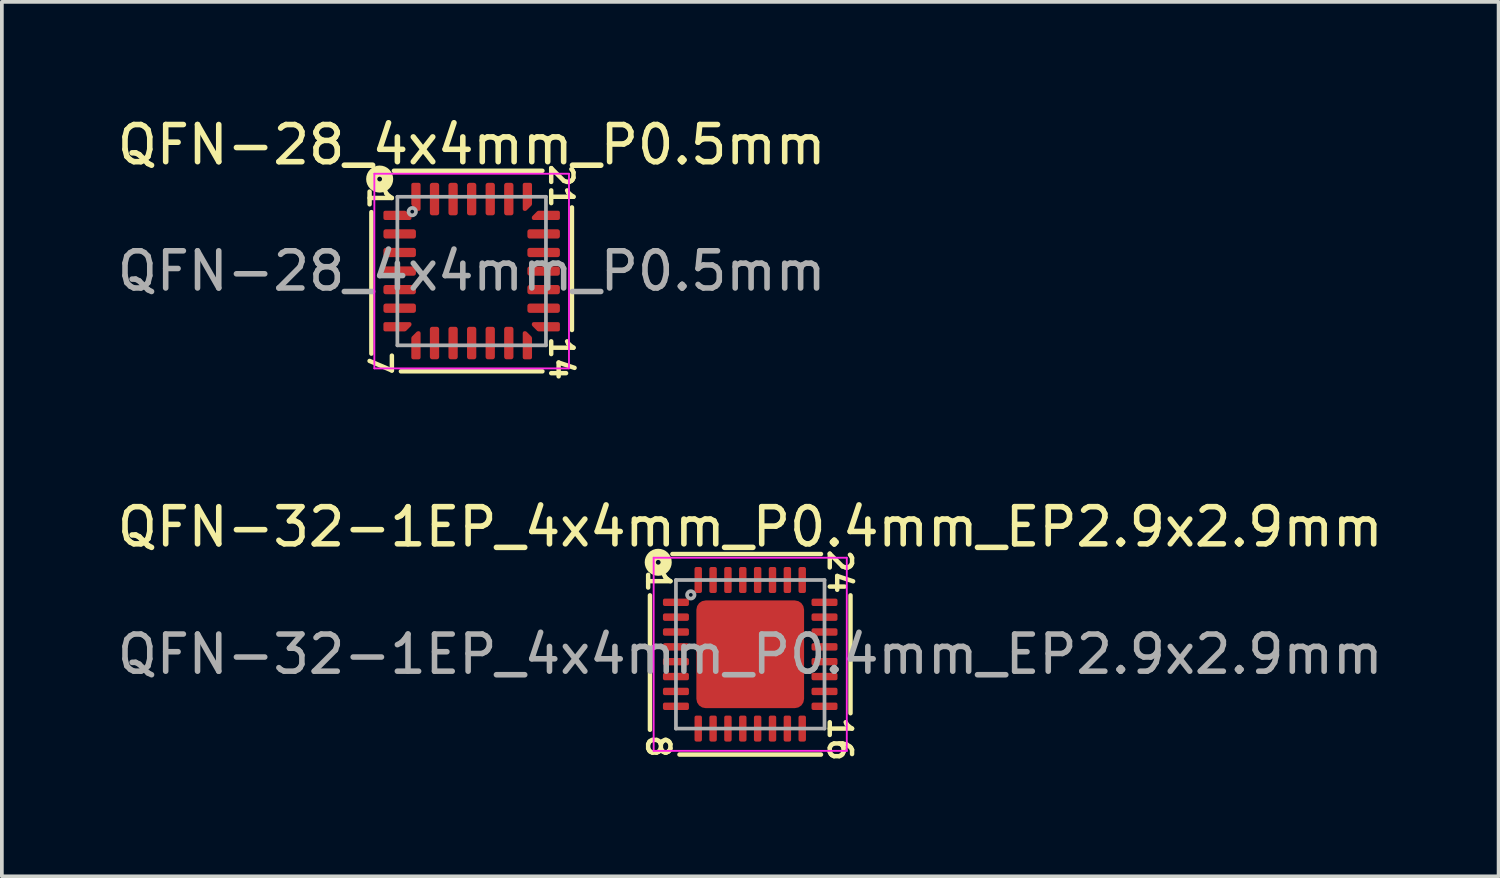
<source format=kicad_pcb>
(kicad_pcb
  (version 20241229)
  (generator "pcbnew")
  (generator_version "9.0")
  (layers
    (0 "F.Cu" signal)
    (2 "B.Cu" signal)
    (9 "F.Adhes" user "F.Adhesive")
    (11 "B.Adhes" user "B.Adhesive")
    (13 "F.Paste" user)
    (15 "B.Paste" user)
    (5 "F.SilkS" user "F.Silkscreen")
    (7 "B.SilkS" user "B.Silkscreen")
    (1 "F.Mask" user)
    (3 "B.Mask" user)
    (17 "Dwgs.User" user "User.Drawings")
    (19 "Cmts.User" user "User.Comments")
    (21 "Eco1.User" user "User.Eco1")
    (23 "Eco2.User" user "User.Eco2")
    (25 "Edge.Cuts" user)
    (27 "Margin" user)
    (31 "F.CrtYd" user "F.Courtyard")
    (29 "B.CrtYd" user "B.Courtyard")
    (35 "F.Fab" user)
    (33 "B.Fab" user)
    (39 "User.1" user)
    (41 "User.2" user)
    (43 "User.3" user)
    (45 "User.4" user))
  (footprint "QFN-28_4x4mm_P0.5mm"
    (layer "F.Cu")
    (at 9.649 4.248)
    (property "Reference" "QFN-28_4x4mm_P0.5mm" (at 0 -3.4 0) (layer "F.SilkS") (effects (font (size 1 1) (thickness 0.15))))
    (attr smd)
    (fp_line (start -2.7 -1.587) (end -2.7 2.223) (stroke (width 0.12) (type solid)) (layer "F.SilkS"))
    (fp_line (start -1.905 2.7) (end 1.905 2.7) (stroke (width 0.12) (type solid)) (layer "F.SilkS"))
    (fp_line (start 1.905 -2.7) (end -2.095 -2.7) (stroke (width 0.12) (type solid)) (layer "F.SilkS"))
    (fp_line (start 2.7 1.587) (end 2.7 -1.714) (stroke (width 0.12) (type solid)) (layer "F.SilkS"))
    (fp_circle (center -2.477 -2.477) (end -2.413 -2.477) (stroke (width 0.3) (type solid)) (fill no) (layer "F.SilkS"))
    (fp_line (start -2.62 -2.62) (end -2.62 2.62) (stroke (width 0.05) (type solid)) (layer "F.CrtYd"))
    (fp_line (start -2.62 2.62) (end 2.62 2.62) (stroke (width 0.05) (type solid)) (layer "F.CrtYd"))
    (fp_line (start 2.62 -2.62) (end -2.62 -2.62) (stroke (width 0.05) (type solid)) (layer "F.CrtYd"))
    (fp_line (start 2.62 2.62) (end 2.62 -2.62) (stroke (width 0.05) (type solid)) (layer "F.CrtYd"))
    (fp_line (start -2 -2) (end 2 -2) (stroke (width 0.1) (type solid)) (layer "F.Fab"))
    (fp_line (start -2 2) (end -2 -2) (stroke (width 0.1) (type solid)) (layer "F.Fab"))
    (fp_line (start 2 -2) (end 2 2) (stroke (width 0.1) (type solid)) (layer "F.Fab"))
    (fp_line (start 2 2) (end -2 2) (stroke (width 0.1) (type solid)) (layer "F.Fab"))
    (fp_circle (center -1.6 -1.6) (end -1.5 -1.6) (stroke (width 0.1) (type solid)) (fill no) (layer "F.Fab"))
    (fp_text user "7" (at -2.477 2.477 270) (unlocked yes) (layer "F.SilkS") (effects (font (size 0.6 0.6) (thickness 0.12))))
    (fp_text user "14" (at 2.413 2.349 270) (unlocked yes) (layer "F.SilkS") (effects (font (size 0.6 0.6) (thickness 0.12))))
    (fp_text user "1" (at -2.477 -1.968 270) (unlocked yes) (layer "F.SilkS") (effects (font (size 0.6 0.6) (thickness 0.12))))
    (fp_text user "21" (at 2.413 -2.286 270) (unlocked yes) (layer "F.SilkS") (effects (font (size 0.6 0.6) (thickness 0.12))))
    (fp_text user "${REFERENCE}" (at 0 0 0) (layer "F.Fab") (effects (font (size 1 1) (thickness 0.15))))
    (pad "1" smd custom (at -1.998 -1.5) (size 0.137 0.137) (layers "F.Cu" "F.Mask" "F.Paste") (options (anchor circle)) (primitives (gr_poly (pts (xy 0.333 0.054) (xy 0.333 0.08) (xy -0.333 0.08) (xy -0.333 -0.08) (xy 0.199 -0.08)) (width 0.09) (fill yes))))
    (pad "2" smd roundrect (at -1.938 -1) (size 0.875 0.25) (layers "F.Cu" "F.Mask" "F.Paste") (roundrect_rratio 0.25))
    (pad "3" smd roundrect (at -1.938 -0.5) (size 0.875 0.25) (layers "F.Cu" "F.Mask" "F.Paste") (roundrect_rratio 0.25))
    (pad "4" smd roundrect (at -1.938 0) (size 0.875 0.25) (layers "F.Cu" "F.Mask" "F.Paste") (roundrect_rratio 0.25))
    (pad "5" smd roundrect (at -1.938 0.5) (size 0.875 0.25) (layers "F.Cu" "F.Mask" "F.Paste") (roundrect_rratio 0.25))
    (pad "6" smd roundrect (at -1.938 1) (size 0.875 0.25) (layers "F.Cu" "F.Mask" "F.Paste") (roundrect_rratio 0.25))
    (pad "7" smd custom (at -1.998 1.5) (size 0.137 0.137) (layers "F.Cu" "F.Mask" "F.Paste") (options (anchor circle)) (primitives (gr_poly (pts (xy 0.333 -0.054) (xy 0.199 0.08) (xy -0.333 0.08) (xy -0.333 -0.08) (xy 0.333 -0.08)) (width 0.09) (fill yes))))
    (pad "8" smd custom (at -1.5 1.998) (size 0.137 0.137) (layers "F.Cu" "F.Mask" "F.Paste") (options (anchor circle)) (primitives (gr_poly (pts (xy 0.08 0.333) (xy -0.08 0.333) (xy -0.08 -0.199) (xy 0.054 -0.333) (xy 0.08 -0.333)) (width 0.09) (fill yes))))
    (pad "9" smd roundrect (at -1 1.938) (size 0.25 0.875) (layers "F.Cu" "F.Mask" "F.Paste") (roundrect_rratio 0.25))
    (pad "10" smd roundrect (at -0.5 1.938) (size 0.25 0.875) (layers "F.Cu" "F.Mask" "F.Paste") (roundrect_rratio 0.25))
    (pad "11" smd roundrect (at 0 1.938) (size 0.25 0.875) (layers "F.Cu" "F.Mask" "F.Paste") (roundrect_rratio 0.25))
    (pad "12" smd roundrect (at 0.5 1.938) (size 0.25 0.875) (layers "F.Cu" "F.Mask" "F.Paste") (roundrect_rratio 0.25))
    (pad "13" smd roundrect (at 1 1.938) (size 0.25 0.875) (layers "F.Cu" "F.Mask" "F.Paste") (roundrect_rratio 0.25))
    (pad "14" smd custom (at 1.5 1.998) (size 0.137 0.137) (layers "F.Cu" "F.Mask" "F.Paste") (options (anchor circle)) (primitives (gr_poly (pts (xy 0.08 -0.199) (xy 0.08 0.333) (xy -0.08 0.333) (xy -0.08 -0.333) (xy -0.054 -0.333)) (width 0.09) (fill yes))))
    (pad "15" smd custom (at 1.998 1.5) (size 0.137 0.137) (layers "F.Cu" "F.Mask" "F.Paste") (options (anchor circle)) (primitives (gr_poly (pts (xy 0.333 0.08) (xy -0.199 0.08) (xy -0.333 -0.054) (xy -0.333 -0.08) (xy 0.333 -0.08)) (width 0.09) (fill yes))))
    (pad "16" smd roundrect (at 1.938 1) (size 0.875 0.25) (layers "F.Cu" "F.Mask" "F.Paste") (roundrect_rratio 0.25))
    (pad "17" smd roundrect (at 1.938 0.5) (size 0.875 0.25) (layers "F.Cu" "F.Mask" "F.Paste") (roundrect_rratio 0.25))
    (pad "18" smd roundrect (at 1.938 0) (size 0.875 0.25) (layers "F.Cu" "F.Mask" "F.Paste") (roundrect_rratio 0.25))
    (pad "19" smd roundrect (at 1.938 -0.5) (size 0.875 0.25) (layers "F.Cu" "F.Mask" "F.Paste") (roundrect_rratio 0.25))
    (pad "20" smd roundrect (at 1.938 -1) (size 0.875 0.25) (layers "F.Cu" "F.Mask" "F.Paste") (roundrect_rratio 0.25))
    (pad "21" smd custom (at 1.998 -1.5) (size 0.137 0.137) (layers "F.Cu" "F.Mask" "F.Paste") (options (anchor circle)) (primitives (gr_poly (pts (xy 0.333 0.08) (xy -0.333 0.08) (xy -0.333 0.054) (xy -0.199 -0.08) (xy 0.333 -0.08)) (width 0.09) (fill yes))))
    (pad "22" smd custom (at 1.5 -1.998) (size 0.137 0.137) (layers "F.Cu" "F.Mask" "F.Paste") (options (anchor circle)) (primitives (gr_poly (pts (xy 0.08 0.199) (xy -0.054 0.333) (xy -0.08 0.333) (xy -0.08 -0.333) (xy 0.08 -0.333)) (width 0.09) (fill yes))))
    (pad "23" smd roundrect (at 1 -1.938) (size 0.25 0.875) (layers "F.Cu" "F.Mask" "F.Paste") (roundrect_rratio 0.25))
    (pad "24" smd roundrect (at 0.5 -1.938) (size 0.25 0.875) (layers "F.Cu" "F.Mask" "F.Paste") (roundrect_rratio 0.25))
    (pad "25" smd roundrect (at 0 -1.938) (size 0.25 0.875) (layers "F.Cu" "F.Mask" "F.Paste") (roundrect_rratio 0.25))
    (pad "26" smd roundrect (at -0.5 -1.938) (size 0.25 0.875) (layers "F.Cu" "F.Mask" "F.Paste") (roundrect_rratio 0.25))
    (pad "27" smd roundrect (at -1 -1.938) (size 0.25 0.875) (layers "F.Cu" "F.Mask" "F.Paste") (roundrect_rratio 0.25))
    (pad "28" smd custom (at -1.5 -1.998) (size 0.137 0.137) (layers "F.Cu" "F.Mask" "F.Paste") (options (anchor circle)) (primitives (gr_poly (pts (xy 0.08 0.333) (xy 0.054 0.333) (xy -0.08 0.199) (xy -0.08 -0.333) (xy 0.08 -0.333)) (width 0.09) (fill yes)))))
  (footprint "QFN-32-1EP_4x4mm_P0.4mm_EP2.9x2.9mm"
    (layer "F.Cu")
    (at 17.149 14.566)
    (property "Reference" "QFN-32-1EP_4x4mm_P0.4mm_EP2.9x2.9mm" (at 0 -3.429 0) (layer "F.SilkS") (effects (font (size 1 1) (thickness 0.15))))
    (attr smd)
    (fp_line (start -2.7 -1.587) (end -2.7 2.032) (stroke (width 0.12) (type solid)) (layer "F.SilkS"))
    (fp_line (start -1.905 2.7) (end 1.905 2.7) (stroke (width 0.12) (type solid)) (layer "F.SilkS"))
    (fp_line (start 1.905 -2.7) (end -2.095 -2.7) (stroke (width 0.12) (type solid)) (layer "F.SilkS"))
    (fp_line (start 2.7 1.587) (end 2.7 -1.587) (stroke (width 0.12) (type solid)) (layer "F.SilkS"))
    (fp_circle (center -2.477 -2.477) (end -2.413 -2.477) (stroke (width 0.3) (type solid)) (fill no) (layer "F.SilkS"))
    (fp_line (start -2.6 -2.6) (end -2.6 2.6) (stroke (width 0.05) (type solid)) (layer "F.CrtYd"))
    (fp_line (start -2.6 2.6) (end 2.6 2.6) (stroke (width 0.05) (type solid)) (layer "F.CrtYd"))
    (fp_line (start 2.6 -2.6) (end -2.6 -2.6) (stroke (width 0.05) (type solid)) (layer "F.CrtYd"))
    (fp_line (start 2.6 2.6) (end 2.6 -2.6) (stroke (width 0.05) (type solid)) (layer "F.CrtYd"))
    (fp_line (start -2 -2) (end 2 -2) (stroke (width 0.1) (type solid)) (layer "F.Fab"))
    (fp_line (start -2 2) (end -2 -2) (stroke (width 0.1) (type solid)) (layer "F.Fab"))
    (fp_line (start 2 -2) (end 2 2) (stroke (width 0.1) (type solid)) (layer "F.Fab"))
    (fp_line (start 2 2) (end -2 2) (stroke (width 0.1) (type solid)) (layer "F.Fab"))
    (fp_circle (center -1.6 -1.6) (end -1.5 -1.6) (stroke (width 0.1) (type solid)) (fill no) (layer "F.Fab"))
    (fp_text user "16" (at 2.413 2.286 270) (unlocked yes) (layer "F.SilkS") (effects (font (size 0.6 0.6) (thickness 0.12))))
    (fp_text user "24" (at 2.413 -2.223 270) (unlocked yes) (layer "F.SilkS") (effects (font (size 0.6 0.6) (thickness 0.12))))
    (fp_text user "8" (at -2.477 2.477 270) (unlocked yes) (layer "F.SilkS") (effects (font (size 0.6 0.6) (thickness 0.12))))
    (fp_text user "1" (at -2.477 -1.968 270) (unlocked yes) (layer "F.SilkS") (effects (font (size 0.6 0.6) (thickness 0.12))))
    (fp_text user "${REFERENCE}" (at 0 0 0) (layer "F.Fab") (effects (font (size 1 1) (thickness 0.15))))
    (pad "" smd roundrect (at -0.725 -0.725) (size 1.17 1.17) (layers "F.Paste") (roundrect_rratio 0.214))
    (pad "" smd roundrect (at -0.725 0.725) (size 1.17 1.17) (layers "F.Paste") (roundrect_rratio 0.214))
    (pad "" smd roundrect (at 0.725 -0.725) (size 1.17 1.17) (layers "F.Paste") (roundrect_rratio 0.214))
    (pad "" smd roundrect (at 0.725 0.725) (size 1.17 1.17) (layers "F.Paste") (roundrect_rratio 0.214))
    (pad "1" smd roundrect (at -2 -1.4) (size 0.7 0.2) (layers "F.Cu" "F.Mask" "F.Paste") (roundrect_rratio 0.25))
    (pad "2" smd roundrect (at -2 -1) (size 0.7 0.2) (layers "F.Cu" "F.Mask" "F.Paste") (roundrect_rratio 0.25))
    (pad "3" smd roundrect (at -2 -0.6) (size 0.7 0.2) (layers "F.Cu" "F.Mask" "F.Paste") (roundrect_rratio 0.25))
    (pad "4" smd roundrect (at -2 -0.2) (size 0.7 0.2) (layers "F.Cu" "F.Mask" "F.Paste") (roundrect_rratio 0.25))
    (pad "5" smd roundrect (at -2 0.2) (size 0.7 0.2) (layers "F.Cu" "F.Mask" "F.Paste") (roundrect_rratio 0.25))
    (pad "6" smd roundrect (at -2 0.6) (size 0.7 0.2) (layers "F.Cu" "F.Mask" "F.Paste") (roundrect_rratio 0.25))
    (pad "7" smd roundrect (at -2 1) (size 0.7 0.2) (layers "F.Cu" "F.Mask" "F.Paste") (roundrect_rratio 0.25))
    (pad "8" smd roundrect (at -2 1.4) (size 0.7 0.2) (layers "F.Cu" "F.Mask" "F.Paste") (roundrect_rratio 0.25))
    (pad "9" smd roundrect (at -1.4 2) (size 0.2 0.7) (layers "F.Cu" "F.Mask" "F.Paste") (roundrect_rratio 0.25))
    (pad "10" smd roundrect (at -1 2) (size 0.2 0.7) (layers "F.Cu" "F.Mask" "F.Paste") (roundrect_rratio 0.25))
    (pad "11" smd roundrect (at -0.6 2) (size 0.2 0.7) (layers "F.Cu" "F.Mask" "F.Paste") (roundrect_rratio 0.25))
    (pad "12" smd roundrect (at -0.2 2) (size 0.2 0.7) (layers "F.Cu" "F.Mask" "F.Paste") (roundrect_rratio 0.25))
    (pad "13" smd roundrect (at 0.2 2) (size 0.2 0.7) (layers "F.Cu" "F.Mask" "F.Paste") (roundrect_rratio 0.25))
    (pad "14" smd roundrect (at 0.6 2) (size 0.2 0.7) (layers "F.Cu" "F.Mask" "F.Paste") (roundrect_rratio 0.25))
    (pad "15" smd roundrect (at 1 2) (size 0.2 0.7) (layers "F.Cu" "F.Mask" "F.Paste") (roundrect_rratio 0.25))
    (pad "16" smd roundrect (at 1.4 2) (size 0.2 0.7) (layers "F.Cu" "F.Mask" "F.Paste") (roundrect_rratio 0.25))
    (pad "17" smd roundrect (at 2 1.4) (size 0.7 0.2) (layers "F.Cu" "F.Mask" "F.Paste") (roundrect_rratio 0.25))
    (pad "18" smd roundrect (at 2 1) (size 0.7 0.2) (layers "F.Cu" "F.Mask" "F.Paste") (roundrect_rratio 0.25))
    (pad "19" smd roundrect (at 2 0.6) (size 0.7 0.2) (layers "F.Cu" "F.Mask" "F.Paste") (roundrect_rratio 0.25))
    (pad "20" smd roundrect (at 2 0.2) (size 0.7 0.2) (layers "F.Cu" "F.Mask" "F.Paste") (roundrect_rratio 0.25))
    (pad "21" smd roundrect (at 2 -0.2) (size 0.7 0.2) (layers "F.Cu" "F.Mask" "F.Paste") (roundrect_rratio 0.25))
    (pad "22" smd roundrect (at 2 -0.6) (size 0.7 0.2) (layers "F.Cu" "F.Mask" "F.Paste") (roundrect_rratio 0.25))
    (pad "23" smd roundrect (at 2 -1) (size 0.7 0.2) (layers "F.Cu" "F.Mask" "F.Paste") (roundrect_rratio 0.25))
    (pad "24" smd roundrect (at 2 -1.4) (size 0.7 0.2) (layers "F.Cu" "F.Mask" "F.Paste") (roundrect_rratio 0.25))
    (pad "25" smd roundrect (at 1.4 -2) (size 0.2 0.7) (layers "F.Cu" "F.Mask" "F.Paste") (roundrect_rratio 0.25))
    (pad "26" smd roundrect (at 1 -2) (size 0.2 0.7) (layers "F.Cu" "F.Mask" "F.Paste") (roundrect_rratio 0.25))
    (pad "27" smd roundrect (at 0.6 -2) (size 0.2 0.7) (layers "F.Cu" "F.Mask" "F.Paste") (roundrect_rratio 0.25))
    (pad "28" smd roundrect (at 0.2 -2) (size 0.2 0.7) (layers "F.Cu" "F.Mask" "F.Paste") (roundrect_rratio 0.25))
    (pad "29" smd roundrect (at -0.2 -2) (size 0.2 0.7) (layers "F.Cu" "F.Mask" "F.Paste") (roundrect_rratio 0.25))
    (pad "30" smd roundrect (at -0.6 -2) (size 0.2 0.7) (layers "F.Cu" "F.Mask" "F.Paste") (roundrect_rratio 0.25))
    (pad "31" smd roundrect (at -1 -2) (size 0.2 0.7) (layers "F.Cu" "F.Mask" "F.Paste") (roundrect_rratio 0.25))
    (pad "32" smd roundrect (at -1.4 -2) (size 0.2 0.7) (layers "F.Cu" "F.Mask" "F.Paste") (roundrect_rratio 0.25))
    (pad "33" smd roundrect (at 0 0) (size 2.9 2.9) (layers "F.Cu" "F.Mask") (roundrect_rratio 0.086)))
  (gr_rect
    (start -3 -3)
    (end 37.298 20.544)
    (stroke (width 0.1) (type default))
    (fill no)
    (layer "Edge.Cuts")))
</source>
